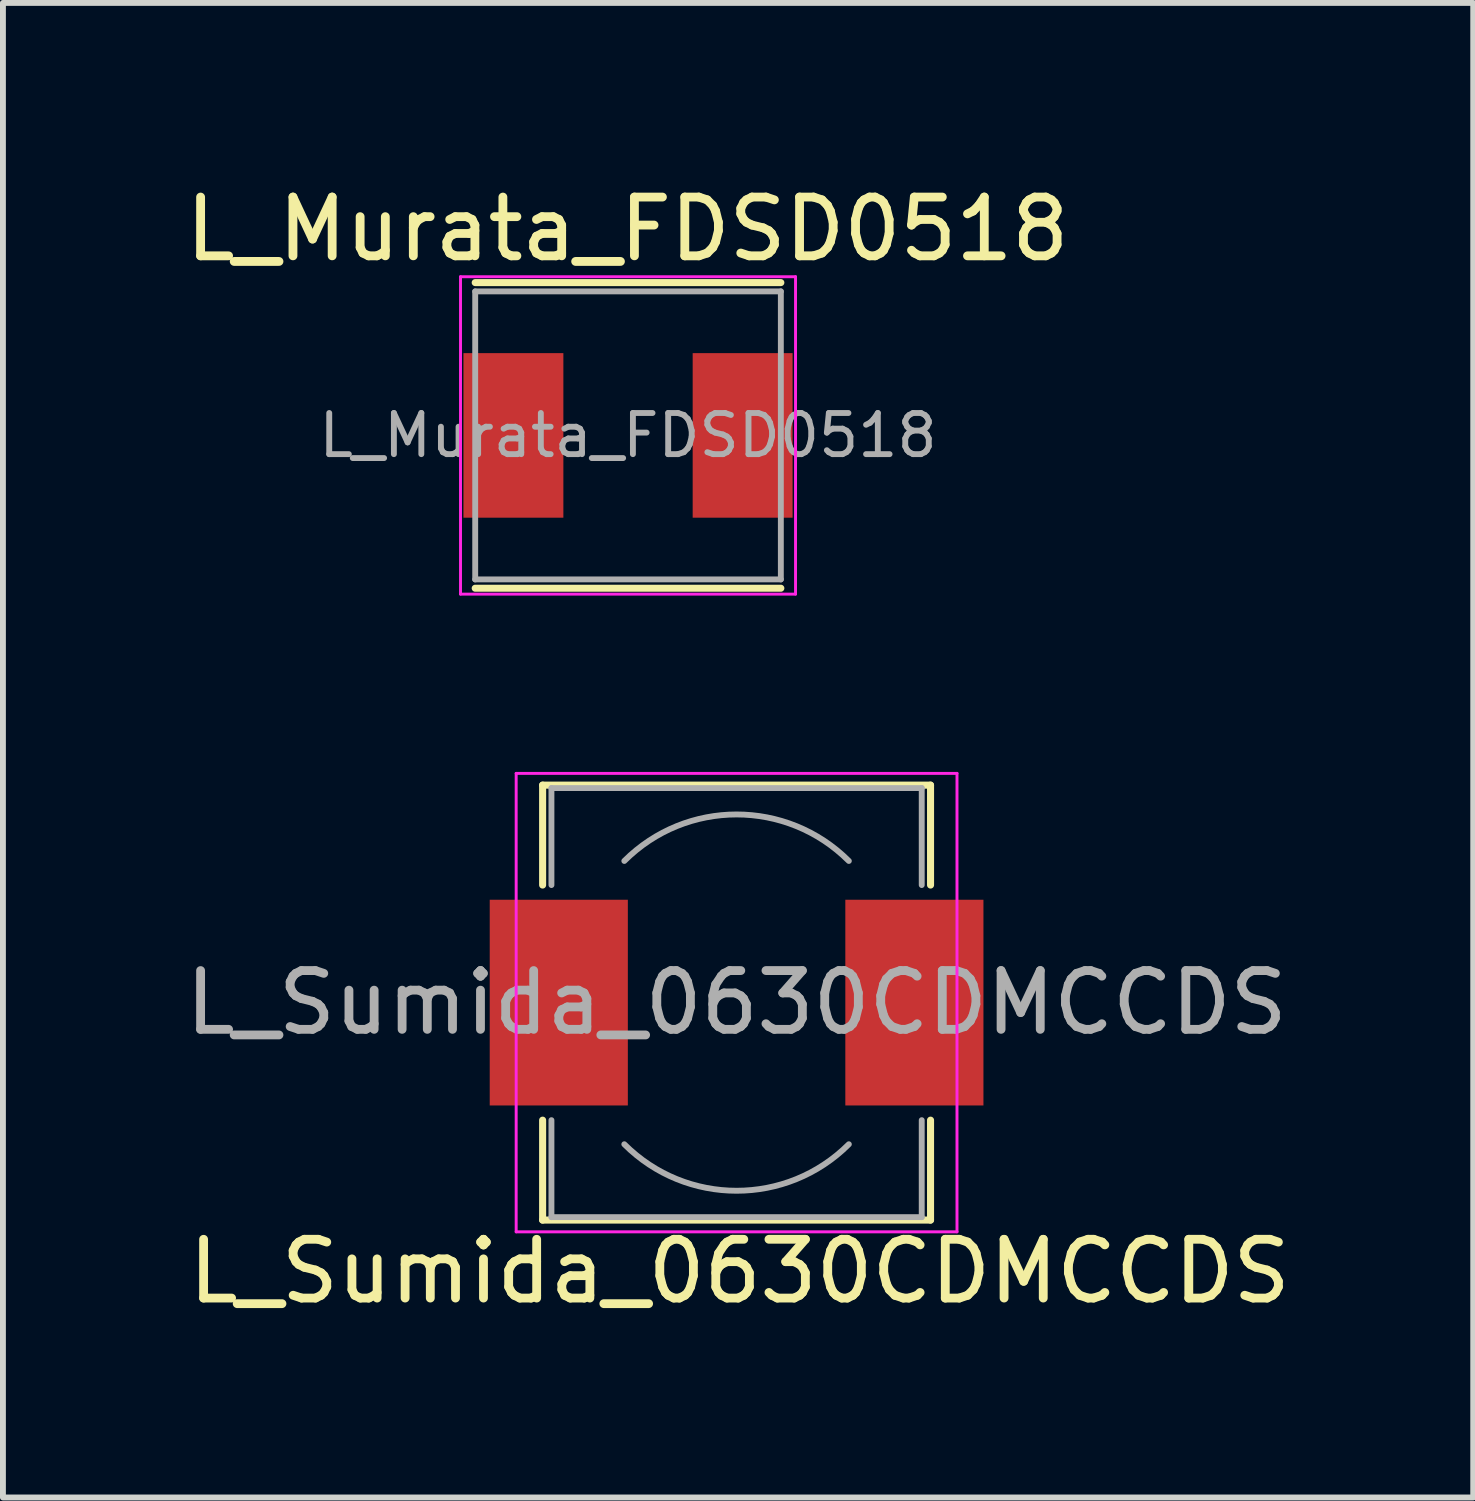
<source format=kicad_pcb>
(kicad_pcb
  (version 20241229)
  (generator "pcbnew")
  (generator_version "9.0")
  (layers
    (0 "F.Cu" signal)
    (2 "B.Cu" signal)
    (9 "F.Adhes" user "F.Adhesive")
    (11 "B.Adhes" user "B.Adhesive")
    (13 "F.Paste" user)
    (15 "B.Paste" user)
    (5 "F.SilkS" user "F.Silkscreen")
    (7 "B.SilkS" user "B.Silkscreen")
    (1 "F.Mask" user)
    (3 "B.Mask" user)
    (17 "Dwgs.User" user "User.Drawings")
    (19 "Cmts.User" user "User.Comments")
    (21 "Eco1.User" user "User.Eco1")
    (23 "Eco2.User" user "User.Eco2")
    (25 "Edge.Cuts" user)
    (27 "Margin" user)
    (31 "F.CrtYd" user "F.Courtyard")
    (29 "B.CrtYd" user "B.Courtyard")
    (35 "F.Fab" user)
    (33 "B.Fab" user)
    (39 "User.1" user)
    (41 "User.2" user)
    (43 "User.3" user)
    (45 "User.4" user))
  (footprint "L_Murata_FDSD0518"
    (layer "F.Cu")
    (at 7.635 4.358)
    (property "Reference" "L_Murata_FDSD0518" (at -0.01 -3.51 0) (layer "F.SilkS") (effects (font (size 1 1) (thickness 0.15))))
    (attr smd)
    (fp_line (start -2.6 -2.6) (end 2.6 -2.6) (stroke (width 0.12) (type solid)) (layer "F.SilkS"))
    (fp_line (start -2.6 2.6) (end 2.6 2.6) (stroke (width 0.12) (type solid)) (layer "F.SilkS"))
    (fp_line (start -2.85 -2.7) (end -2.85 2.7) (stroke (width 0.05) (type solid)) (layer "F.CrtYd"))
    (fp_line (start -2.85 2.7) (end 2.85 2.7) (stroke (width 0.05) (type solid)) (layer "F.CrtYd"))
    (fp_line (start 2.85 -2.7) (end -2.85 -2.7) (stroke (width 0.05) (type solid)) (layer "F.CrtYd"))
    (fp_line (start 2.85 2.7) (end 2.85 -2.7) (stroke (width 0.05) (type solid)) (layer "F.CrtYd"))
    (fp_line (start -2.6 -2.45) (end 2.6 -2.45) (stroke (width 0.1) (type solid)) (layer "F.Fab"))
    (fp_line (start -2.6 2.45) (end -2.6 -2.45) (stroke (width 0.1) (type solid)) (layer "F.Fab"))
    (fp_line (start 2.6 -2.45) (end 2.6 2.45) (stroke (width 0.1) (type solid)) (layer "F.Fab"))
    (fp_line (start 2.6 2.45) (end -2.6 2.45) (stroke (width 0.1) (type solid)) (layer "F.Fab"))
    (fp_text user "${REFERENCE}" (at 0 0 0) (layer "F.Fab") (effects (font (size 0.7 0.7) (thickness 0.1))))
    (pad "1" smd rect (at -1.95 0) (size 1.7 2.8) (layers "F.Cu" "F.Mask" "F.Paste"))
    (pad "2" smd rect (at 1.95 0) (size 1.7 2.8) (layers "F.Cu" "F.Mask" "F.Paste")))
  (footprint "L_Sumida_0630CDMCCDS"
    (layer "F.Cu")
    (at 9.482 14.008)
    (property "Reference" "L_Sumida_0630CDMCCDS" (at 0.051 4.572 0) (layer "F.SilkS") (effects (font (size 1 1) (thickness 0.15))))
    (attr smd)
    (fp_line (start -3.3 -3.7) (end 3.3 -3.7) (stroke (width 0.12) (type solid)) (layer "F.SilkS"))
    (fp_line (start -3.3 -2) (end -3.3 -3.7) (stroke (width 0.12) (type solid)) (layer "F.SilkS"))
    (fp_line (start -3.3 3.7) (end -3.3 2) (stroke (width 0.12) (type solid)) (layer "F.SilkS"))
    (fp_line (start 3.3 -3.7) (end 3.3 -2) (stroke (width 0.12) (type solid)) (layer "F.SilkS"))
    (fp_line (start 3.3 2) (end 3.3 3.7) (stroke (width 0.12) (type solid)) (layer "F.SilkS"))
    (fp_line (start 3.3 3.7) (end -3.3 3.7) (stroke (width 0.12) (type solid)) (layer "F.SilkS"))
    (fp_line (start -3.75 -3.9) (end -3.75 3.9) (stroke (width 0.05) (type solid)) (layer "F.CrtYd"))
    (fp_line (start -3.75 3.9) (end 3.75 3.9) (stroke (width 0.05) (type solid)) (layer "F.CrtYd"))
    (fp_line (start 3.75 -3.9) (end -3.75 -3.9) (stroke (width 0.05) (type solid)) (layer "F.CrtYd"))
    (fp_line (start 3.75 3.9) (end 3.75 -3.9) (stroke (width 0.05) (type solid)) (layer "F.CrtYd"))
    (fp_line (start -3.15 -3.65) (end -3.15 -2) (stroke (width 0.1) (type solid)) (layer "F.Fab"))
    (fp_line (start -3.15 -3.65) (end 3.15 -3.65) (stroke (width 0.1) (type solid)) (layer "F.Fab"))
    (fp_line (start -3.15 3.65) (end -3.15 2) (stroke (width 0.1) (type solid)) (layer "F.Fab"))
    (fp_line (start -3.15 3.65) (end 3.15 3.65) (stroke (width 0.1) (type solid)) (layer "F.Fab"))
    (fp_line (start 3.15 -3.65) (end 3.15 -2) (stroke (width 0.1) (type solid)) (layer "F.Fab"))
    (fp_line (start 3.15 3.65) (end 3.15 2) (stroke (width 0.1) (type solid)) (layer "F.Fab"))
    (fp_arc (start -1.91 -2.41) (mid 0 -3.201147) (end 1.91 -2.41) (stroke (width 0.1) (type solid)) (layer "F.Fab"))
    (fp_arc (start 1.91 2.41) (mid 0 3.201147) (end -1.91 2.41) (stroke (width 0.1) (type solid)) (layer "F.Fab"))
    (fp_text user "${REFERENCE}" (at 0 0 0) (layer "F.Fab") (effects (font (size 1 1) (thickness 0.15))))
    (pad "1" smd rect (at -3.025 0) (size 2.35 3.5) (layers "F.Cu" "F.Mask" "F.Paste"))
    (pad "2" smd rect (at 3.025 0) (size 2.35 3.5) (layers "F.Cu" "F.Mask" "F.Paste")))
  (gr_rect
    (start -3 -3)
    (end 22.015 22.428)
    (stroke (width 0.1) (type default))
    (fill no)
    (layer "Edge.Cuts")))
</source>
